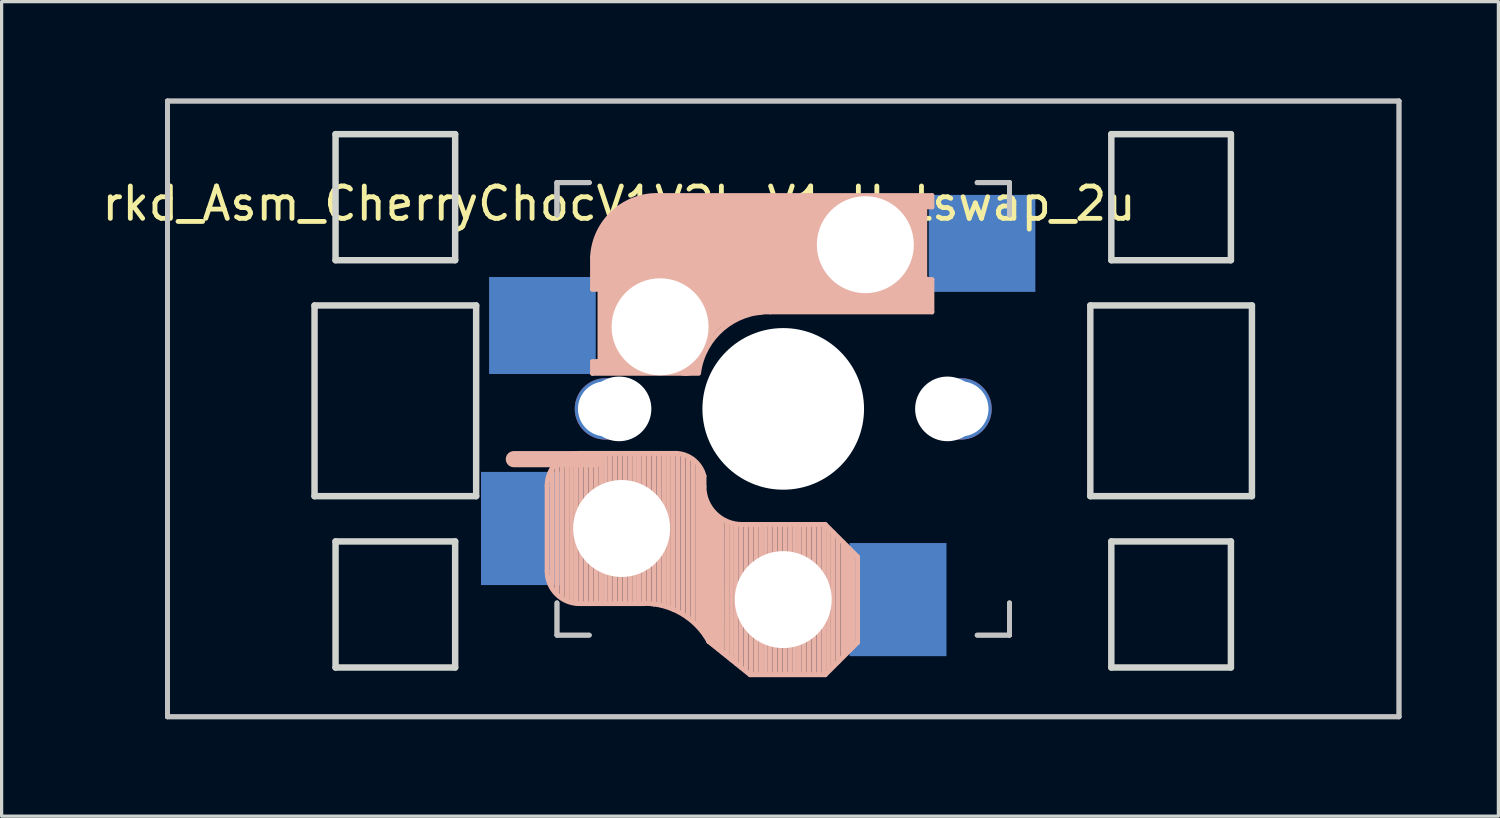
<source format=kicad_pcb>
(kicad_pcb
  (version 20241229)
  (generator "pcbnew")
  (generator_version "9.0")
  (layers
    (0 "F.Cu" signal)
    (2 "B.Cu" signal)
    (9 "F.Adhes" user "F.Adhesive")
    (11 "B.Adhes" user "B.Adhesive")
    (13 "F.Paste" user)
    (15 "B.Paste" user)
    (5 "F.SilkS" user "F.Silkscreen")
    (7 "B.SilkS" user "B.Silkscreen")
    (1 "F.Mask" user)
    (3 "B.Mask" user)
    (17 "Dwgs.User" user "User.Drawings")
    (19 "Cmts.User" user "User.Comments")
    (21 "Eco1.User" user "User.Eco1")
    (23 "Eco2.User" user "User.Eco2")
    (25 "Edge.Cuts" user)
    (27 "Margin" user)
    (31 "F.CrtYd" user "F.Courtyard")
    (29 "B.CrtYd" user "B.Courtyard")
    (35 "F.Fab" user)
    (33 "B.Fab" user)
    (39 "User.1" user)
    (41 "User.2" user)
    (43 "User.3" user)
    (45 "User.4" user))
  (footprint "rkd_Asm_CherryChocV1V2byV1_Hotswap_2u"
    (layer "F.Cu")
    (at 21.181 9.6)
    (property "Reference" "rkd_Asm_CherryChocV1V2byV1_Hotswap_2u" (at -5.08 -6.35 180) (layer "F.SilkS") (effects (font (size 1 1) (thickness 0.15))))
    (attr through_hole)
    (fp_line (start -7.305 2.375) (end -7.305 5.025) (stroke (width 0.15) (type solid)) (layer "B.SilkS"))
    (fp_line (start -7.15 5.53) (end -7.15 1.85) (stroke (width 0.15) (type solid)) (layer "B.SilkS"))
    (fp_line (start -7 5.7) (end -7 1.73) (stroke (width 0.15) (type solid)) (layer "B.SilkS"))
    (fp_line (start -6.85 5.84) (end -6.85 1.7) (stroke (width 0.15) (type solid)) (layer "B.SilkS"))
    (fp_line (start -6.7 5.92) (end -6.7 1.8) (stroke (width 0.15) (type solid)) (layer "B.SilkS"))
    (fp_line (start -6.55 5.97) (end -6.55 1.65) (stroke (width 0.15) (type solid)) (layer "B.SilkS"))
    (fp_line (start -6.4 6.01) (end -6.4 1.5) (stroke (width 0.15) (type solid)) (layer "B.SilkS"))
    (fp_line (start -6.25 6) (end -6.25 1.4) (stroke (width 0.15) (type solid)) (layer "B.SilkS"))
    (fp_line (start -6.1 6) (end -6.1 1.4) (stroke (width 0.15) (type solid)) (layer "B.SilkS"))
    (fp_line (start -5.95 6) (end -5.95 1.4) (stroke (width 0.15) (type solid)) (layer "B.SilkS"))
    (fp_line (start -5.9 -4.7) (end -5.9 -3.7) (stroke (width 0.15) (type solid)) (layer "B.SilkS"))
    (fp_line (start -5.9 -3.7) (end -5.7 -3.7) (stroke (width 0.15) (type solid)) (layer "B.SilkS"))
    (fp_line (start -5.9 -1.1) (end -5.9 -1.46) (stroke (width 0.15) (type solid)) (layer "B.SilkS"))
    (fp_line (start -5.9 -1.1) (end -2.62 -1.1) (stroke (width 0.15) (type solid)) (layer "B.SilkS"))
    (fp_line (start -5.8 -3.8) (end -5.8 -4.7) (stroke (width 0.3) (type solid)) (layer "B.SilkS"))
    (fp_line (start -5.8 1.555) (end -8.334 1.555) (stroke (width 0.5) (type default)) (layer "B.SilkS"))
    (fp_line (start -5.8 6) (end -5.8 1.4) (stroke (width 0.15) (type solid)) (layer "B.SilkS"))
    (fp_line (start -5.7 -1.46) (end -5.9 -1.46) (stroke (width 0.15) (type solid)) (layer "B.SilkS"))
    (fp_line (start -5.7 -1.3) (end -3 -1.3) (stroke (width 0.5) (type solid)) (layer "B.SilkS"))
    (fp_line (start -5.67 -3.7) (end -5.67 -1.46) (stroke (width 0.15) (type solid)) (layer "B.SilkS"))
    (fp_line (start -5.65 6) (end -5.65 1.4) (stroke (width 0.15) (type solid)) (layer "B.SilkS"))
    (fp_line (start -5.5 6) (end -5.5 1.4) (stroke (width 0.15) (type solid)) (layer "B.SilkS"))
    (fp_line (start -5.35 6) (end -5.35 1.4) (stroke (width 0.15) (type solid)) (layer "B.SilkS"))
    (fp_line (start -5.3 -1.6) (end -5.3 -3.4) (stroke (width 0.8) (type solid)) (layer "B.SilkS"))
    (fp_line (start -5.2 6) (end -5.2 1.4) (stroke (width 0.15) (type solid)) (layer "B.SilkS"))
    (fp_line (start -5.05 6) (end -5.05 1.4) (stroke (width 0.15) (type solid)) (layer "B.SilkS"))
    (fp_line (start -4.9 6) (end -4.9 1.4) (stroke (width 0.15) (type solid)) (layer "B.SilkS"))
    (fp_line (start -4.75 6) (end -4.75 1.4) (stroke (width 0.15) (type solid)) (layer "B.SilkS"))
    (fp_line (start -4.6 6) (end -4.6 1.4) (stroke (width 0.15) (type solid)) (layer "B.SilkS"))
    (fp_line (start -4.45 6) (end -4.45 1.4) (stroke (width 0.15) (type solid)) (layer "B.SilkS"))
    (fp_line (start -4.3 6) (end -4.3 1.4) (stroke (width 0.15) (type solid)) (layer "B.SilkS"))
    (fp_line (start -4.3 6.025) (end -6.275 6.025) (stroke (width 0.15) (type solid)) (layer "B.SilkS"))
    (fp_line (start -4.17 -5.1) (end -4.17 -2.86) (stroke (width 3) (type solid)) (layer "B.SilkS"))
    (fp_line (start -4.15 6) (end -4.15 1.45) (stroke (width 0.15) (type solid)) (layer "B.SilkS"))
    (fp_line (start -4 6.04) (end -4 1.4) (stroke (width 0.15) (type solid)) (layer "B.SilkS"))
    (fp_line (start -3.85 6.05) (end -3.85 1.4) (stroke (width 0.15) (type solid)) (layer "B.SilkS"))
    (fp_line (start -3.7 6.05) (end -3.7 1.45) (stroke (width 0.15) (type solid)) (layer "B.SilkS"))
    (fp_line (start -3.55 6.1) (end -3.55 1.39) (stroke (width 0.15) (type solid)) (layer "B.SilkS"))
    (fp_line (start -3.4 6.2) (end -3.4 1.38) (stroke (width 0.15) (type solid)) (layer "B.SilkS"))
    (fp_line (start -3.311 1.375) (end -6.275 1.375) (stroke (width 0.15) (type solid)) (layer "B.SilkS"))
    (fp_line (start -3.25 6.25) (end -3.25 1.4) (stroke (width 0.15) (type solid)) (layer "B.SilkS"))
    (fp_line (start -3.1 6.35) (end -3.1 1.43) (stroke (width 0.15) (type solid)) (layer "B.SilkS"))
    (fp_line (start -2.95 6.45) (end -2.95 1.48) (stroke (width 0.15) (type solid)) (layer "B.SilkS"))
    (fp_line (start -2.8 6.55) (end -2.8 1.56) (stroke (width 0.15) (type solid)) (layer "B.SilkS"))
    (fp_line (start -2.65 6.7) (end -2.65 1.75) (stroke (width 0.15) (type solid)) (layer "B.SilkS"))
    (fp_line (start -2.5 6.85) (end -2.5 1.95) (stroke (width 0.15) (type solid)) (layer "B.SilkS"))
    (fp_line (start -2.45 2.4) (end -2.45 2.077) (stroke (width 0.15) (type default)) (layer "B.SilkS"))
    (fp_line (start -2.4 7.02) (end -2.4 2.9) (stroke (width 0.15) (type solid)) (layer "B.SilkS"))
    (fp_line (start -2.3 7.2) (end -2.3 3.05) (stroke (width 0.15) (type solid)) (layer "B.SilkS"))
    (fp_line (start -2.3 7.2) (end -1.025 8.225) (stroke (width 0.15) (type solid)) (layer "B.SilkS"))
    (fp_line (start -2.2 7.27) (end -2.2 3.25) (stroke (width 0.15) (type solid)) (layer "B.SilkS"))
    (fp_line (start -2.1 7.35) (end -2.1 3.35) (stroke (width 0.15) (type solid)) (layer "B.SilkS"))
    (fp_line (start -2 7.43) (end -2 3.4) (stroke (width 0.15) (type solid)) (layer "B.SilkS"))
    (fp_line (start -1.89 7.52) (end -1.9 3.45) (stroke (width 0.15) (type solid)) (layer "B.SilkS"))
    (fp_line (start -1.75 7.62) (end -1.75 3.5) (stroke (width 0.15) (type solid)) (layer "B.SilkS"))
    (fp_line (start -1.6 7.76) (end -1.6 3.6) (stroke (width 0.15) (type solid)) (layer "B.SilkS"))
    (fp_line (start -1.45 7.88) (end -1.45 3.6) (stroke (width 0.15) (type solid)) (layer "B.SilkS"))
    (fp_line (start -1.3 7.99) (end -1.3 3.6) (stroke (width 0.15) (type solid)) (layer "B.SilkS"))
    (fp_line (start -1.15 8.11) (end -1.15 3.65) (stroke (width 0.15) (type solid)) (layer "B.SilkS"))
    (fp_line (start -1 8.2) (end -1 3.6) (stroke (width 0.15) (type solid)) (layer "B.SilkS"))
    (fp_line (start -0.85 8.2) (end -0.85 3.6) (stroke (width 0.15) (type solid)) (layer "B.SilkS"))
    (fp_line (start -0.7 8.2) (end -0.7 3.6) (stroke (width 0.15) (type solid)) (layer "B.SilkS"))
    (fp_line (start -0.55 8.2) (end -0.55 3.6) (stroke (width 0.15) (type solid)) (layer "B.SilkS"))
    (fp_line (start -0.4 -3) (end 4.6 -3) (stroke (width 0.15) (type solid)) (layer "B.SilkS"))
    (fp_line (start -0.4 8.2) (end -0.4 3.6) (stroke (width 0.15) (type solid)) (layer "B.SilkS"))
    (fp_line (start -0.25 8.2) (end -0.25 3.6) (stroke (width 0.15) (type solid)) (layer "B.SilkS"))
    (fp_line (start -0.1 8.2) (end -0.1 3.6) (stroke (width 0.15) (type solid)) (layer "B.SilkS"))
    (fp_line (start 0.05 8.2) (end 0.05 3.6) (stroke (width 0.15) (type solid)) (layer "B.SilkS"))
    (fp_line (start 0.2 8.2) (end 0.2 3.6) (stroke (width 0.15) (type solid)) (layer "B.SilkS"))
    (fp_line (start 0.35 8.2) (end 0.35 3.6) (stroke (width 0.15) (type solid)) (layer "B.SilkS"))
    (fp_line (start 0.5 8.2) (end 0.5 3.6) (stroke (width 0.15) (type solid)) (layer "B.SilkS"))
    (fp_line (start 0.65 8.2) (end 0.65 3.6) (stroke (width 0.15) (type solid)) (layer "B.SilkS"))
    (fp_line (start 0.8 8.2) (end 0.8 3.6) (stroke (width 0.15) (type solid)) (layer "B.SilkS"))
    (fp_line (start 0.95 8.2) (end 0.95 3.6) (stroke (width 0.15) (type solid)) (layer "B.SilkS"))
    (fp_line (start 1.1 8.2) (end 1.1 3.6) (stroke (width 0.15) (type solid)) (layer "B.SilkS"))
    (fp_line (start 1.25 8.2) (end 1.25 3.6) (stroke (width 0.15) (type solid)) (layer "B.SilkS"))
    (fp_line (start 1.3 3.575) (end -1.275 3.575) (stroke (width 0.15) (type solid)) (layer "B.SilkS"))
    (fp_line (start 1.3 8.225) (end -1.025 8.225) (stroke (width 0.15) (type solid)) (layer "B.SilkS"))
    (fp_line (start 1.4 8.09) (end 1.4 3.7) (stroke (width 0.15) (type solid)) (layer "B.SilkS"))
    (fp_line (start 1.55 7.95) (end 1.55 3.83) (stroke (width 0.15) (type solid)) (layer "B.SilkS"))
    (fp_line (start 1.7 7.82) (end 1.7 3.99) (stroke (width 0.15) (type solid)) (layer "B.SilkS"))
    (fp_line (start 1.85 7.66) (end 1.85 4.13) (stroke (width 0.15) (type solid)) (layer "B.SilkS"))
    (fp_line (start 1.95 7.56) (end 1.95 4.23) (stroke (width 0.15) (type solid)) (layer "B.SilkS"))
    (fp_line (start 2.05 7.45) (end 2.05 4.33) (stroke (width 0.15) (type solid)) (layer "B.SilkS"))
    (fp_line (start 2.15 7.37) (end 2.15 4.44) (stroke (width 0.15) (type solid)) (layer "B.SilkS"))
    (fp_line (start 2.3 4.575) (end 1.3 3.575) (stroke (width 0.15) (type solid)) (layer "B.SilkS"))
    (fp_line (start 2.3 4.575) (end 2.3 7.225) (stroke (width 0.15) (type solid)) (layer "B.SilkS"))
    (fp_line (start 2.3 7.225) (end 1.3 8.225) (stroke (width 0.15) (type solid)) (layer "B.SilkS"))
    (fp_line (start 2.6 -4.8) (end -4.1 -4.8) (stroke (width 3.5) (type solid)) (layer "B.SilkS"))
    (fp_line (start 3.9 -6) (end 3.9 -3.5) (stroke (width 1) (type solid)) (layer "B.SilkS"))
    (fp_line (start 4.3 -3.3) (end 2.9 -3.3) (stroke (width 0.5) (type solid)) (layer "B.SilkS"))
    (fp_line (start 4.38 -4) (end 4.38 -6.25) (stroke (width 0.15) (type solid)) (layer "B.SilkS"))
    (fp_line (start 4.4 -6.4) (end 3 -6.4) (stroke (width 0.4) (type solid)) (layer "B.SilkS"))
    (fp_line (start 4.4 -6.25) (end 4.6 -6.25) (stroke (width 0.15) (type solid)) (layer "B.SilkS"))
    (fp_line (start 4.4 -3.9) (end 4.4 -3.2) (stroke (width 0.4) (type solid)) (layer "B.SilkS"))
    (fp_line (start 4.6 -6.6) (end -3.8 -6.6) (stroke (width 0.15) (type solid)) (layer "B.SilkS"))
    (fp_line (start 4.6 -6.25) (end 4.6 -6.6) (stroke (width 0.15) (type solid)) (layer "B.SilkS"))
    (fp_line (start 4.6 -4) (end 4.4 -4) (stroke (width 0.15) (type solid)) (layer "B.SilkS"))
    (fp_line (start 4.6 -3) (end 4.6 -4) (stroke (width 0.15) (type solid)) (layer "B.SilkS"))
    (fp_arc (start -7.305 2.375) (mid -7.012107 1.667893) (end -6.305 1.375) (stroke (width 0.15) (type solid)) (layer "B.SilkS"))
    (fp_arc (start -6.305 6.025) (mid -7.012107 5.732107) (end -7.305 5.025) (stroke (width 0.15) (type solid)) (layer "B.SilkS"))
    (fp_arc (start -5.9 -4.699999) (mid -5.243504 -6.084924) (end -3.800001 -6.6) (stroke (width 0.15) (type solid)) (layer "B.SilkS"))
    (fp_arc (start -4.3 6.017458) (mid -3.138277 6.335211) (end -2.3 7.2) (stroke (width 0.15) (type solid)) (layer "B.SilkS"))
    (fp_arc (start -3.311204 1.375) (mid -2.763915 1.58277) (end -2.45 2.076887) (stroke (width 0.15) (type solid)) (layer "B.SilkS"))
    (fp_arc (start -3.016318 -1.521471) (mid -2.268709 -2.886118) (end -0.8 -3.4) (stroke (width 1) (type solid)) (layer "B.SilkS"))
    (fp_arc (start -2.616318 -1.121471) (mid -1.868709 -2.486118) (end -0.4 -3) (stroke (width 0.15) (type solid)) (layer "B.SilkS"))
    (fp_arc (start -1.275 3.575) (mid -2.10585 3.23085) (end -2.45 2.4) (stroke (width 0.15) (type solid)) (layer "B.SilkS"))
    (fp_line (start -19.05 -9.525) (end 19.05 -9.525) (stroke (width 0.15) (type solid)) (layer "Dwgs.User"))
    (fp_line (start -19.05 -9.525) (end 19.05 -9.525) (stroke (width 0.15) (type solid)) (layer "Dwgs.User"))
    (fp_line (start -19.05 9.525) (end -19.05 -9.525) (stroke (width 0.15) (type solid)) (layer "Dwgs.User"))
    (fp_line (start -19.05 9.525) (end -19.05 -9.525) (stroke (width 0.15) (type solid)) (layer "Dwgs.User"))
    (fp_line (start -7 -7) (end -7 -6) (stroke (width 0.15) (type solid)) (layer "Dwgs.User"))
    (fp_line (start -7 -7) (end -6 -7) (stroke (width 0.15) (type solid)) (layer "Dwgs.User"))
    (fp_line (start -7 -7) (end -6 -7) (stroke (width 0.15) (type solid)) (layer "Dwgs.User"))
    (fp_line (start -7 -6) (end -7 -7) (stroke (width 0.15) (type solid)) (layer "Dwgs.User"))
    (fp_line (start -7 -6) (end -7 -7) (stroke (width 0.15) (type solid)) (layer "Dwgs.User"))
    (fp_line (start -7 6) (end -7 7) (stroke (width 0.15) (type solid)) (layer "Dwgs.User"))
    (fp_line (start -7 7) (end -7 6) (stroke (width 0.15) (type solid)) (layer "Dwgs.User"))
    (fp_line (start -7 7) (end -6 7) (stroke (width 0.15) (type solid)) (layer "Dwgs.User"))
    (fp_line (start -6 -7) (end -7 -7) (stroke (width 0.15) (type solid)) (layer "Dwgs.User"))
    (fp_line (start -6 7) (end -7 7) (stroke (width 0.15) (type solid)) (layer "Dwgs.User"))
    (fp_line (start 6 -7) (end 7 -7) (stroke (width 0.15) (type solid)) (layer "Dwgs.User"))
    (fp_line (start 6 7) (end 7 7) (stroke (width 0.15) (type solid)) (layer "Dwgs.User"))
    (fp_line (start 7 -7) (end 6 -7) (stroke (width 0.15) (type solid)) (layer "Dwgs.User"))
    (fp_line (start 7 -7) (end 6 -7) (stroke (width 0.15) (type solid)) (layer "Dwgs.User"))
    (fp_line (start 7 -7) (end 7 -6) (stroke (width 0.15) (type solid)) (layer "Dwgs.User"))
    (fp_line (start 7 -6) (end 7 -7) (stroke (width 0.15) (type solid)) (layer "Dwgs.User"))
    (fp_line (start 7 -6) (end 7 -7) (stroke (width 0.15) (type solid)) (layer "Dwgs.User"))
    (fp_line (start 7 6) (end 7 7) (stroke (width 0.15) (type solid)) (layer "Dwgs.User"))
    (fp_line (start 7 7) (end 6 7) (stroke (width 0.15) (type solid)) (layer "Dwgs.User"))
    (fp_line (start 7 7) (end 7 6) (stroke (width 0.15) (type solid)) (layer "Dwgs.User"))
    (fp_line (start 19.05 -9.525) (end 19.05 9.525) (stroke (width 0.15) (type solid)) (layer "Dwgs.User"))
    (fp_line (start 19.05 -9.525) (end 19.05 9.525) (stroke (width 0.15) (type solid)) (layer "Dwgs.User"))
    (fp_line (start 19.05 9.525) (end -19.05 9.525) (stroke (width 0.15) (type solid)) (layer "Dwgs.User"))
    (fp_line (start 19.05 9.525) (end -19.05 9.525) (stroke (width 0.15) (type solid)) (layer "Dwgs.User"))
    (fp_line (start -14.5 -3.2) (end -14.5 2.7) (stroke (width 0.2) (type solid)) (layer "Edge.Cuts"))
    (fp_line (start -13.85 -8.5) (end -10.15 -8.5) (stroke (width 0.2) (type solid)) (layer "Edge.Cuts"))
    (fp_line (start -13.85 -4.6) (end -13.85 -8.5) (stroke (width 0.2) (type solid)) (layer "Edge.Cuts"))
    (fp_line (start -13.85 8) (end -13.85 4.1) (stroke (width 0.2) (type solid)) (layer "Edge.Cuts"))
    (fp_line (start -13.85 8) (end -10.15 8) (stroke (width 0.2) (type solid)) (layer "Edge.Cuts"))
    (fp_line (start -10.15 -8.5) (end -10.15 -4.6) (stroke (width 0.2) (type solid)) (layer "Edge.Cuts"))
    (fp_line (start -10.15 -4.6) (end -13.85 -4.6) (stroke (width 0.2) (type solid)) (layer "Edge.Cuts"))
    (fp_line (start -10.15 4.1) (end -13.85 4.1) (stroke (width 0.2) (type solid)) (layer "Edge.Cuts"))
    (fp_line (start -10.15 8) (end -10.15 4.1) (stroke (width 0.2) (type solid)) (layer "Edge.Cuts"))
    (fp_line (start -9.5 -3.2) (end -14.5 -3.2) (stroke (width 0.2) (type solid)) (layer "Edge.Cuts"))
    (fp_line (start -9.5 2.7) (end -14.5 2.7) (stroke (width 0.2) (type solid)) (layer "Edge.Cuts"))
    (fp_line (start -9.5 2.7) (end -9.5 -3.2) (stroke (width 0.2) (type solid)) (layer "Edge.Cuts"))
    (fp_line (start 9.5 -3.2) (end 9.5 2.7) (stroke (width 0.2) (type solid)) (layer "Edge.Cuts"))
    (fp_line (start 9.5 -3.2) (end 14.5 -3.2) (stroke (width 0.2) (type solid)) (layer "Edge.Cuts"))
    (fp_line (start 9.5 2.7) (end 14.5 2.7) (stroke (width 0.2) (type solid)) (layer "Edge.Cuts"))
    (fp_line (start 10.15 -8.5) (end 10.15 -4.6) (stroke (width 0.2) (type solid)) (layer "Edge.Cuts"))
    (fp_line (start 10.15 -4.6) (end 13.85 -4.6) (stroke (width 0.2) (type solid)) (layer "Edge.Cuts"))
    (fp_line (start 10.15 4.1) (end 13.85 4.1) (stroke (width 0.2) (type solid)) (layer "Edge.Cuts"))
    (fp_line (start 10.15 8) (end 10.15 4.1) (stroke (width 0.2) (type solid)) (layer "Edge.Cuts"))
    (fp_line (start 13.85 -8.5) (end 10.15 -8.5) (stroke (width 0.2) (type solid)) (layer "Edge.Cuts"))
    (fp_line (start 13.85 -8.5) (end 13.85 -4.6) (stroke (width 0.2) (type solid)) (layer "Edge.Cuts"))
    (fp_line (start 13.85 4.1) (end 13.85 8) (stroke (width 0.2) (type solid)) (layer "Edge.Cuts"))
    (fp_line (start 13.85 8) (end 10.15 8) (stroke (width 0.2) (type solid)) (layer "Edge.Cuts"))
    (fp_line (start 14.5 2.7) (end 14.5 -3.2) (stroke (width 0.2) (type solid)) (layer "Edge.Cuts"))
    (pad "" np_thru_hole circle (at -5.5 0) (size 1.9 1.9) (drill 1.7) (layers "*.Cu" "*.Mask"))
    (pad "" np_thru_hole circle (at -5.08 0) (size 2 2) (drill 2) (layers "*.Cu" "*.Mask"))
    (pad "" np_thru_hole circle (at -5 3.7 90) (size 3 3) (drill 3) (layers "*.Cu" "*.Mask"))
    (pad "" np_thru_hole circle (at -3.81 -2.54 180) (size 3 3) (drill 3) (layers "*.Cu" "*.Mask"))
    (pad "" np_thru_hole circle (at 0 0 90) (size 5 5) (drill 5) (layers "*.Cu" "*.Mask"))
    (pad "" np_thru_hole circle (at 0 5.9 90) (size 3 3) (drill 3) (layers "*.Cu" "*.Mask"))
    (pad "" np_thru_hole circle (at 2.54 -5.08 180) (size 3 3) (drill 3) (layers "*.Cu" "*.Mask"))
    (pad "" np_thru_hole circle (at 5.08 0) (size 2 2) (drill 2) (layers "*.Cu" "*.Mask"))
    (pad "" np_thru_hole circle (at 5.5 0) (size 1.9 1.9) (drill 1.7) (layers "*.Cu" "*.Mask"))
    (pad "1" smd rect (at -8.1 3.7 180) (size 2.5 3.5) (layers "B.Cu" "B.Mask" "B.Paste"))
    (pad "1" smd rect (at -7 -2.58 180) (size 3.3 3) (drill (offset 0.45 0)) (layers "B.Cu" "B.Mask" "B.Paste"))
    (pad "2" smd rect (at 3.55 5.9 180) (size 3 3.5) (layers "B.Cu" "B.Mask" "B.Paste"))
    (pad "2" smd rect (at 5.7 -5.12 180) (size 3.3 3) (drill (offset -0.45 0)) (layers "B.Cu" "B.Mask" "B.Paste")))
  (gr_rect
    (start -3 -3)
    (end 43.306 22.2)
    (stroke (width 0.1) (type default))
    (fill no)
    (layer "Edge.Cuts")))
</source>
